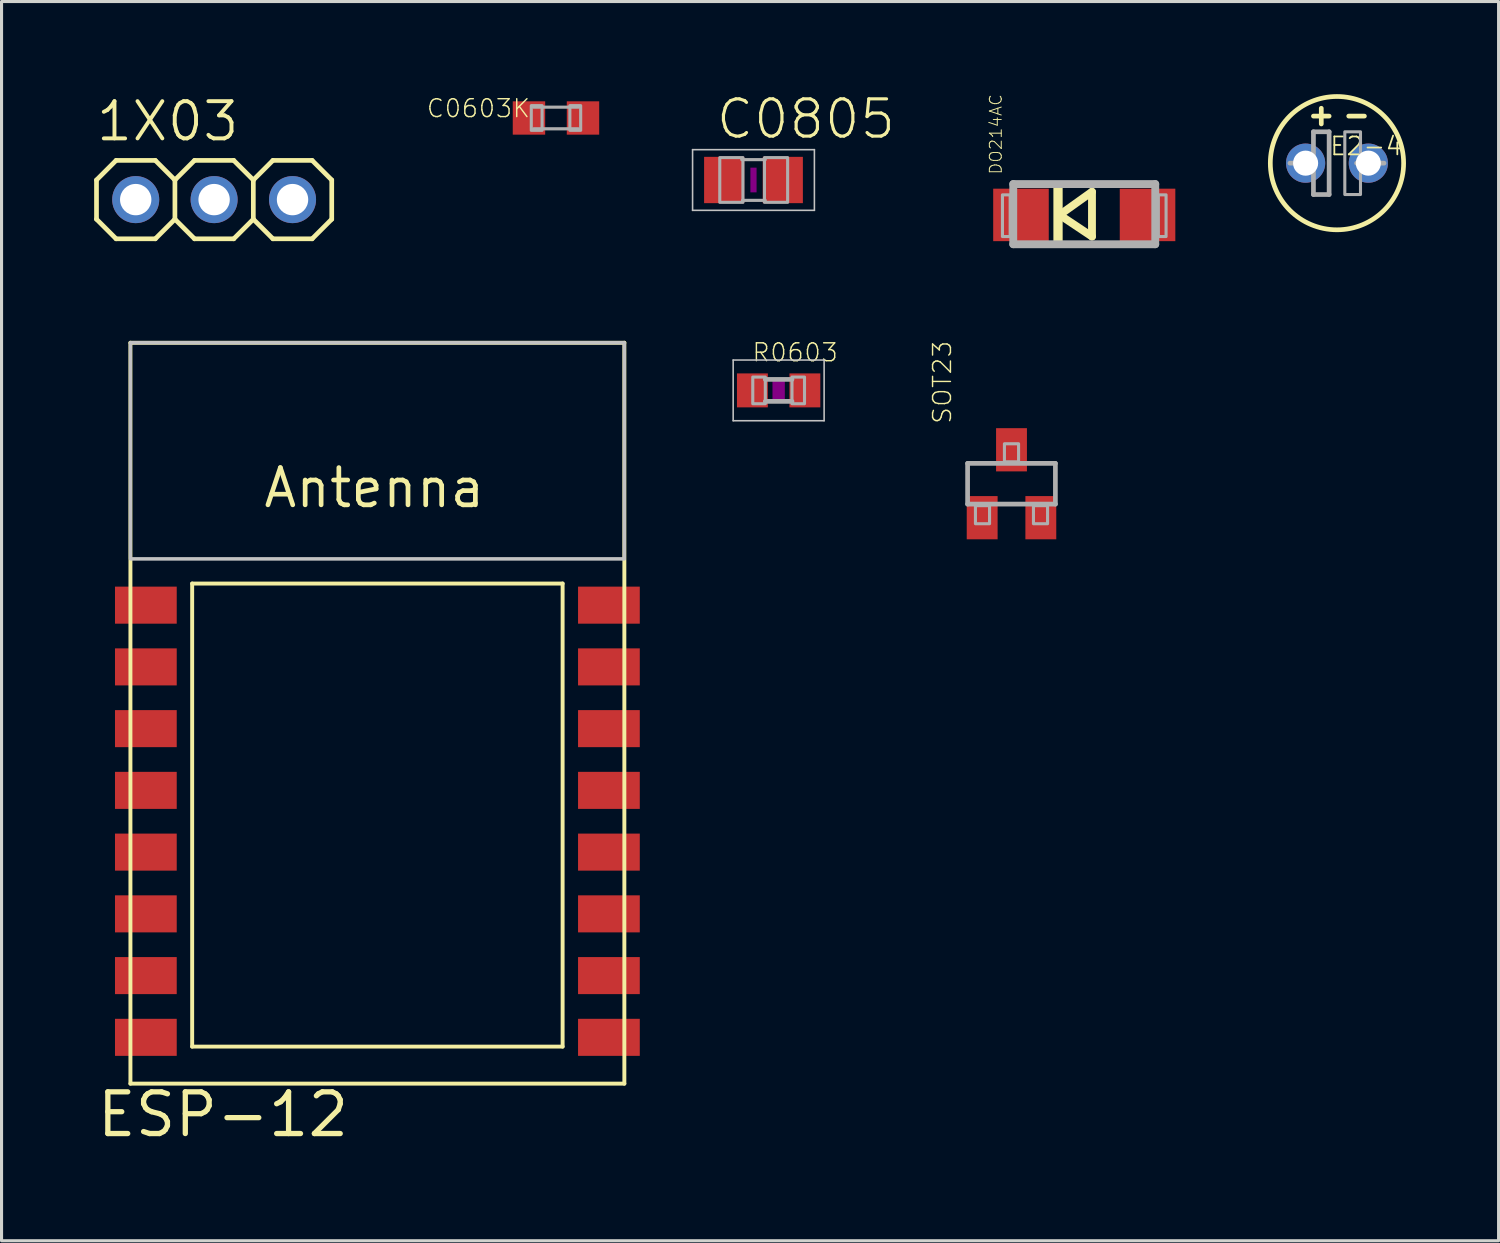
<source format=kicad_pcb>
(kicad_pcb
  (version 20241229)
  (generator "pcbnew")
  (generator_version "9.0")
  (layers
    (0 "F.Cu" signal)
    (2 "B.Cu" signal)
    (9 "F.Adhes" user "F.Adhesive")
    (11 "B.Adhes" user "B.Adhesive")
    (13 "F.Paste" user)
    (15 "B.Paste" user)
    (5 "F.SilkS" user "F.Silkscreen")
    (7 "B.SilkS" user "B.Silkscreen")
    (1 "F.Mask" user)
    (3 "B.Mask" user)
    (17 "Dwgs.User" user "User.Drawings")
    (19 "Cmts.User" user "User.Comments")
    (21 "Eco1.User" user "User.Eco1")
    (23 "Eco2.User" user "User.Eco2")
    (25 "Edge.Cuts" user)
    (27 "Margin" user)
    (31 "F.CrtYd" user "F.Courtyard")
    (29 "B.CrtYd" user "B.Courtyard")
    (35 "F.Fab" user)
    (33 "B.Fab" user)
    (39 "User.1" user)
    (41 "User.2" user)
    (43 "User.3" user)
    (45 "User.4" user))
  (footprint "C0603K"
    (layer "F.Cu")
    (at 14.96 0.772)
    (property "Reference" "C0603K" (at -0.8 -0.65 180) (layer "F.SilkS") (effects (font (size 0.579 0.579) (thickness 0.046)) (justify right top)))
    (attr through_hole)
    (fp_line (start -0.725 -0.35) (end 0.725 -0.35) (stroke (width 0.102) (type solid)) (layer "F.Fab"))
    (fp_line (start 0.725 0.35) (end -0.725 0.35) (stroke (width 0.102) (type solid)) (layer "F.Fab"))
    (fp_poly (pts (xy -0.8 0.4) (xy -0.45 0.4) (xy -0.45 -0.4) (xy -0.8 -0.4)) (stroke (width 0.1) (type solid)) (fill no) (layer "F.Fab"))
    (fp_poly (pts (xy 0.45 0.4) (xy 0.8 0.4) (xy 0.8 -0.4) (xy 0.45 -0.4)) (stroke (width 0.1) (type solid)) (fill no) (layer "F.Fab"))
    (pad "1" smd rect (at -0.875 0) (size 1.05 1.08) (layers "F.Cu" "F.Mask" "F.Paste"))
    (pad "2" smd rect (at 0.875 0) (size 1.05 1.08) (layers "F.Cu" "F.Mask" "F.Paste")))
  (footprint "E2-4"
    (layer "F.Cu")
    (at 40.259 2.235)
    (property "Reference" "E2-4" (at 2.159 -0.889 0) (layer "F.SilkS") (effects (font (size 0.579 0.579) (thickness 0.058)) (justify right top)))
    (attr through_hole)
    (fp_line (start -0.762 -1.524) (end -0.254 -1.524) (stroke (width 0.152) (type solid)) (layer "F.SilkS"))
    (fp_line (start -0.508 -1.27) (end -0.508 -1.778) (stroke (width 0.152) (type solid)) (layer "F.SilkS"))
    (fp_line (start 0.381 -1.524) (end 0.889 -1.524) (stroke (width 0.152) (type solid)) (layer "F.SilkS"))
    (fp_circle (center 0 0) (end 2.159 0) (stroke (width 0.152) (type solid)) (fill no) (layer "F.SilkS"))
    (fp_line (start -1.524 0) (end -0.762 0) (stroke (width 0.152) (type solid)) (layer "F.Fab"))
    (fp_line (start -0.762 -1.016) (end -0.762 0) (stroke (width 0.152) (type solid)) (layer "F.Fab"))
    (fp_line (start -0.762 0) (end -0.762 1.016) (stroke (width 0.152) (type solid)) (layer "F.Fab"))
    (fp_line (start -0.762 1.016) (end -0.254 1.016) (stroke (width 0.152) (type solid)) (layer "F.Fab"))
    (fp_line (start -0.254 -1.016) (end -0.762 -1.016) (stroke (width 0.152) (type solid)) (layer "F.Fab"))
    (fp_line (start -0.254 1.016) (end -0.254 -1.016) (stroke (width 0.152) (type solid)) (layer "F.Fab"))
    (fp_line (start 0.635 0) (end 1.524 0) (stroke (width 0.152) (type solid)) (layer "F.Fab"))
    (fp_poly (pts (xy 0.254 1.016) (xy 0.762 1.016) (xy 0.762 -1.016) (xy 0.254 -1.016)) (stroke (width 0.1) (type solid)) (fill no) (layer "F.Fab"))
    (pad "+" thru_hole circle (at -1.016 0) (size 1.27 1.27) (drill 0.813) (layers "*.Cu" "*.Mask"))
    (pad "-" thru_hole circle (at 1.016 0) (size 1.27 1.27) (drill 0.813) (layers "*.Cu" "*.Mask")))
  (footprint "C0805"
    (layer "F.Cu")
    (at 21.358 2.781)
    (property "Reference" "C0805" (at -1.27 -1.27 0) (layer "F.SilkS") (effects (font (size 1.206 1.206) (thickness 0.102)) (justify left bottom)))
    (attr through_hole)
    (fp_poly (pts (xy -0.1 0.4) (xy 0.1 0.4) (xy 0.1 -0.4) (xy -0.1 -0.4)) (stroke (width 0) (type solid)) (fill yes) (layer "F.Adhes"))
    (fp_line (start -1.973 -0.983) (end 1.973 -0.983) (stroke (width 0.051) (type solid)) (layer "Dwgs.User"))
    (fp_line (start -1.973 0.983) (end -1.973 -0.983) (stroke (width 0.051) (type solid)) (layer "Dwgs.User"))
    (fp_line (start 1.973 -0.983) (end 1.973 0.983) (stroke (width 0.051) (type solid)) (layer "Dwgs.User"))
    (fp_line (start 1.973 0.983) (end -1.973 0.983) (stroke (width 0.051) (type solid)) (layer "Dwgs.User"))
    (fp_line (start -0.381 -0.66) (end 0.381 -0.66) (stroke (width 0.102) (type solid)) (layer "F.Fab"))
    (fp_line (start -0.356 0.66) (end 0.381 0.66) (stroke (width 0.102) (type solid)) (layer "F.Fab"))
    (fp_poly (pts (xy -1.092 0.724) (xy -0.342 0.724) (xy -0.342 -0.726) (xy -1.092 -0.726)) (stroke (width 0.1) (type solid)) (fill no) (layer "F.Fab"))
    (fp_poly (pts (xy 0.356 0.724) (xy 1.106 0.724) (xy 1.106 -0.726) (xy 0.356 -0.726)) (stroke (width 0.1) (type solid)) (fill no) (layer "F.Fab"))
    (pad "1" smd rect (at -0.95 0) (size 1.3 1.5) (layers "F.Cu" "F.Mask" "F.Paste"))
    (pad "2" smd rect (at 0.95 0) (size 1.3 1.5) (layers "F.Cu" "F.Mask" "F.Paste")))
  (footprint "DO214AC"
    (layer "F.Cu")
    (at 32.073 3.912)
    (property "Reference" "DO214AC" (at -2.64 -1.286 90) (layer "F.SilkS") (effects (font (size 0.386 0.386) (thickness 0.031)) (justify left bottom)))
    (attr through_hole)
    (fp_line (start -0.8 0) (end 0.25 -0.75) (stroke (width 0.254) (type solid)) (layer "F.SilkS"))
    (fp_line (start 0.25 -0.75) (end 0.25 0.7) (stroke (width 0.254) (type solid)) (layer "F.SilkS"))
    (fp_line (start 0.25 0.7) (end -0.8 0) (stroke (width 0.254) (type solid)) (layer "F.SilkS"))
    (fp_poly (pts (xy -1 1.05) (xy -0.7 1.05) (xy -0.7 -1.05) (xy -1 -1.05)) (stroke (width 0) (type solid)) (fill yes) (layer "F.SilkS"))
    (fp_line (start -2.3 -1) (end 2.3 -1) (stroke (width 0.254) (type solid)) (layer "F.Fab"))
    (fp_line (start -2.3 0.95) (end -2.3 -1) (stroke (width 0.254) (type solid)) (layer "F.Fab"))
    (fp_line (start 2.3 -1) (end 2.3 0.95) (stroke (width 0.254) (type solid)) (layer "F.Fab"))
    (fp_line (start 2.3 0.95) (end -2.3 0.95) (stroke (width 0.254) (type solid)) (layer "F.Fab"))
    (fp_poly (pts (xy -2.65 0.7) (xy -2.4 0.7) (xy -2.4 -0.65) (xy -2.65 -0.65)) (stroke (width 0.1) (type solid)) (fill no) (layer "F.Fab"))
    (fp_poly (pts (xy 2.4 0.7) (xy 2.65 0.7) (xy 2.65 -0.65) (xy 2.4 -0.65)) (stroke (width 0.1) (type solid)) (fill no) (layer "F.Fab"))
    (pad "A" smd rect (at 2.05 0) (size 1.8 1.7) (layers "F.Cu" "F.Mask" "F.Paste"))
    (pad "C" smd rect (at -2.05 0) (size 1.8 1.7) (layers "F.Cu" "F.Mask" "F.Paste")))
  (footprint "SOT23"
    (layer "F.Cu")
    (at 29.716 12.62)
    (property "Reference" "SOT23" (at -1.905 -1.905 90) (layer "F.SilkS") (effects (font (size 0.579 0.579) (thickness 0.046)) (justify left bottom)))
    (attr through_hole)
    (fp_line (start -1.422 -0.66) (end 1.422 -0.66) (stroke (width 0.152) (type solid)) (layer "F.Fab"))
    (fp_line (start -1.422 0.66) (end -1.422 -0.66) (stroke (width 0.152) (type solid)) (layer "F.Fab"))
    (fp_line (start 1.422 -0.66) (end 1.422 0.66) (stroke (width 0.152) (type solid)) (layer "F.Fab"))
    (fp_line (start 1.422 0.66) (end -1.422 0.66) (stroke (width 0.152) (type solid)) (layer "F.Fab"))
    (fp_poly (pts (xy -1.168 1.295) (xy -0.711 1.295) (xy -0.711 0.711) (xy -1.168 0.711)) (stroke (width 0.1) (type solid)) (fill no) (layer "F.Fab"))
    (fp_poly (pts (xy -0.229 -0.711) (xy 0.229 -0.711) (xy 0.229 -1.295) (xy -0.229 -1.295)) (stroke (width 0.1) (type solid)) (fill no) (layer "F.Fab"))
    (fp_poly (pts (xy 0.711 1.295) (xy 1.168 1.295) (xy 1.168 0.711) (xy 0.711 0.711)) (stroke (width 0.1) (type solid)) (fill no) (layer "F.Fab"))
    (pad "1" smd rect (at -0.95 1.1) (size 1 1.4) (layers "F.Cu" "F.Mask" "F.Paste"))
    (pad "2" smd rect (at 0.95 1.1) (size 1 1.4) (layers "F.Cu" "F.Mask" "F.Paste"))
    (pad "3" smd rect (at 0 -1.1) (size 1 1.4) (layers "F.Cu" "F.Mask" "F.Paste")))
  (footprint "R0603"
    (layer "F.Cu")
    (at 22.173 9.596)
    (property "Reference" "R0603" (at -0.889 -0.889 0) (layer "F.SilkS") (effects (font (size 0.579 0.579) (thickness 0.046)) (justify left bottom)))
    (attr through_hole)
    (fp_poly (pts (xy -0.2 0.4) (xy 0.2 0.4) (xy 0.2 -0.4) (xy -0.2 -0.4)) (stroke (width 0) (type solid)) (fill yes) (layer "F.Adhes"))
    (fp_line (start -1.473 -0.983) (end 1.473 -0.983) (stroke (width 0.051) (type solid)) (layer "Dwgs.User"))
    (fp_line (start -1.473 0.983) (end -1.473 -0.983) (stroke (width 0.051) (type solid)) (layer "Dwgs.User"))
    (fp_line (start 1.473 -0.983) (end 1.473 0.983) (stroke (width 0.051) (type solid)) (layer "Dwgs.User"))
    (fp_line (start 1.473 0.983) (end -1.473 0.983) (stroke (width 0.051) (type solid)) (layer "Dwgs.User"))
    (fp_line (start -0.432 0.356) (end 0.432 0.356) (stroke (width 0.152) (type solid)) (layer "F.Fab"))
    (fp_line (start 0.432 -0.356) (end -0.432 -0.356) (stroke (width 0.152) (type solid)) (layer "F.Fab"))
    (fp_poly (pts (xy -0.838 0.432) (xy -0.432 0.432) (xy -0.432 -0.432) (xy -0.838 -0.432)) (stroke (width 0.1) (type solid)) (fill no) (layer "F.Fab"))
    (fp_poly (pts (xy 0.432 0.432) (xy 0.838 0.432) (xy 0.838 -0.432) (xy 0.432 -0.432)) (stroke (width 0.1) (type solid)) (fill no) (layer "F.Fab"))
    (pad "1" smd rect (at -0.85 0) (size 1 1.1) (layers "F.Cu" "F.Mask" "F.Paste"))
    (pad "2" smd rect (at 0.85 0) (size 1 1.1) (layers "F.Cu" "F.Mask" "F.Paste")))
  (footprint "1X03"
    (layer "F.Cu")
    (at 3.886 3.416)
    (property "Reference" "1X03" (at -3.886 -1.829 0) (layer "F.SilkS") (effects (font (size 1.206 1.206) (thickness 0.127)) (justify left bottom)))
    (attr through_hole)
    (fp_line (start -3.81 -0.635) (end -3.81 0.635) (stroke (width 0.152) (type solid)) (layer "F.SilkS"))
    (fp_line (start -3.81 0.635) (end -3.175 1.27) (stroke (width 0.152) (type solid)) (layer "F.SilkS"))
    (fp_line (start -3.175 -1.27) (end -3.81 -0.635) (stroke (width 0.152) (type solid)) (layer "F.SilkS"))
    (fp_line (start -3.175 -1.27) (end -1.905 -1.27) (stroke (width 0.152) (type solid)) (layer "F.SilkS"))
    (fp_line (start -1.905 -1.27) (end -1.27 -0.635) (stroke (width 0.152) (type solid)) (layer "F.SilkS"))
    (fp_line (start -1.905 1.27) (end -3.175 1.27) (stroke (width 0.152) (type solid)) (layer "F.SilkS"))
    (fp_line (start -1.27 -0.635) (end -1.27 0.635) (stroke (width 0.152) (type solid)) (layer "F.SilkS"))
    (fp_line (start -1.27 -0.635) (end -0.635 -1.27) (stroke (width 0.152) (type solid)) (layer "F.SilkS"))
    (fp_line (start -1.27 0.635) (end -1.905 1.27) (stroke (width 0.152) (type solid)) (layer "F.SilkS"))
    (fp_line (start -0.635 -1.27) (end 0.635 -1.27) (stroke (width 0.152) (type solid)) (layer "F.SilkS"))
    (fp_line (start -0.635 1.27) (end -1.27 0.635) (stroke (width 0.152) (type solid)) (layer "F.SilkS"))
    (fp_line (start 0.635 -1.27) (end 1.27 -0.635) (stroke (width 0.152) (type solid)) (layer "F.SilkS"))
    (fp_line (start 0.635 1.27) (end -0.635 1.27) (stroke (width 0.152) (type solid)) (layer "F.SilkS"))
    (fp_line (start 1.27 -0.635) (end 1.27 0.635) (stroke (width 0.152) (type solid)) (layer "F.SilkS"))
    (fp_line (start 1.27 -0.635) (end 1.905 -1.27) (stroke (width 0.152) (type solid)) (layer "F.SilkS"))
    (fp_line (start 1.27 0.635) (end 0.635 1.27) (stroke (width 0.152) (type solid)) (layer "F.SilkS"))
    (fp_line (start 1.905 -1.27) (end 3.175 -1.27) (stroke (width 0.152) (type solid)) (layer "F.SilkS"))
    (fp_line (start 1.905 1.27) (end 1.27 0.635) (stroke (width 0.152) (type solid)) (layer "F.SilkS"))
    (fp_line (start 3.175 -1.27) (end 3.81 -0.635) (stroke (width 0.152) (type solid)) (layer "F.SilkS"))
    (fp_line (start 3.175 1.27) (end 1.905 1.27) (stroke (width 0.152) (type solid)) (layer "F.SilkS"))
    (fp_line (start 3.81 -0.635) (end 3.81 0.635) (stroke (width 0.152) (type solid)) (layer "F.SilkS"))
    (fp_line (start 3.81 0.635) (end 3.175 1.27) (stroke (width 0.152) (type solid)) (layer "F.SilkS"))
    (fp_poly (pts (xy -2.794 0.254) (xy -2.286 0.254) (xy -2.286 -0.254) (xy -2.794 -0.254)) (stroke (width 0.1) (type solid)) (fill no) (layer "F.Fab"))
    (fp_poly (pts (xy -0.254 0.254) (xy 0.254 0.254) (xy 0.254 -0.254) (xy -0.254 -0.254)) (stroke (width 0.1) (type solid)) (fill no) (layer "F.Fab"))
    (fp_poly (pts (xy 2.286 0.254) (xy 2.794 0.254) (xy 2.794 -0.254) (xy 2.286 -0.254)) (stroke (width 0.1) (type solid)) (fill no) (layer "F.Fab"))
    (pad "1" thru_hole circle (at -2.54 0 90) (size 1.524 1.524) (drill 1.016) (layers "*.Cu" "*.Mask"))
    (pad "2" thru_hole circle (at 0 0 90) (size 1.524 1.524) (drill 1.016) (layers "*.Cu" "*.Mask"))
    (pad "3" thru_hole circle (at 2.54 0 90) (size 1.524 1.524) (drill 1.016) (layers "*.Cu" "*.Mask")))
  (footprint "ESP-12"
    (layer "F.Cu")
    (at 9.175 21.053)
    (property "Reference" "ESP-12" (at -5 12 0) (layer "F.SilkS") (effects (font (size 1.351 1.351) (thickness 0.171))))
    (attr through_hole)
    (fp_line (start -8 -13) (end 8 -13) (stroke (width 0.127) (type solid)) (layer "F.SilkS"))
    (fp_line (start -8 11) (end -8 -13) (stroke (width 0.127) (type solid)) (layer "F.SilkS"))
    (fp_line (start -6 -5.2) (end 6 -5.2) (stroke (width 0.127) (type solid)) (layer "F.SilkS"))
    (fp_line (start -6 9.8) (end -6 -5.2) (stroke (width 0.127) (type solid)) (layer "F.SilkS"))
    (fp_line (start 6 -5.2) (end 6 9.8) (stroke (width 0.127) (type solid)) (layer "F.SilkS"))
    (fp_line (start 6 9.8) (end -6 9.8) (stroke (width 0.127) (type solid)) (layer "F.SilkS"))
    (fp_line (start 8 -13) (end 8 11) (stroke (width 0.127) (type solid)) (layer "F.SilkS"))
    (fp_line (start 8 11) (end -8 11) (stroke (width 0.127) (type solid)) (layer "F.SilkS"))
    (fp_poly (pts (xy -8 -6) (xy 8 -6) (xy 8 -13) (xy -8 -13)) (stroke (width 0.1) (type solid)) (fill no) (layer "Dwgs.User"))
    (fp_poly (pts (xy -8 -6) (xy 8 -6) (xy 8 -13) (xy -8 -13)) (stroke (width 0.1) (type solid)) (fill no) (layer "Dwgs.User"))
    (fp_text user "Antenna" (at -0.1 -8.3 0) (layer "F.SilkS") (effects (font (size 1.206 1.206) (thickness 0.152))))
    (pad "1" smd rect (at -7.5 -4.5) (size 2 1.2) (layers "F.Cu" "F.Mask" "F.Paste"))
    (pad "2" smd rect (at -7.5 -2.5) (size 2 1.2) (layers "F.Cu" "F.Mask" "F.Paste"))
    (pad "3" smd rect (at -7.5 -0.5) (size 2 1.2) (layers "F.Cu" "F.Mask" "F.Paste"))
    (pad "4" smd rect (at -7.5 1.5) (size 2 1.2) (layers "F.Cu" "F.Mask" "F.Paste"))
    (pad "5" smd rect (at -7.5 3.5) (size 2 1.2) (layers "F.Cu" "F.Mask" "F.Paste"))
    (pad "6" smd rect (at -7.5 5.5) (size 2 1.2) (layers "F.Cu" "F.Mask" "F.Paste"))
    (pad "7" smd rect (at -7.5 7.5) (size 2 1.2) (layers "F.Cu" "F.Mask" "F.Paste"))
    (pad "8" smd rect (at -7.5 9.5) (size 2 1.2) (layers "F.Cu" "F.Mask" "F.Paste"))
    (pad "9" smd rect (at 7.5 9.5) (size 2 1.2) (layers "F.Cu" "F.Mask" "F.Paste"))
    (pad "10" smd rect (at 7.5 7.5) (size 2 1.2) (layers "F.Cu" "F.Mask" "F.Paste"))
    (pad "11" smd rect (at 7.5 5.5) (size 2 1.2) (layers "F.Cu" "F.Mask" "F.Paste"))
    (pad "12" smd rect (at 7.5 3.5) (size 2 1.2) (layers "F.Cu" "F.Mask" "F.Paste"))
    (pad "13" smd rect (at 7.5 1.5) (size 2 1.2) (layers "F.Cu" "F.Mask" "F.Paste"))
    (pad "14" smd rect (at 7.5 -0.5) (size 2 1.2) (layers "F.Cu" "F.Mask" "F.Paste"))
    (pad "15" smd rect (at 7.5 -2.5) (size 2 1.2) (layers "F.Cu" "F.Mask" "F.Paste"))
    (pad "16" smd rect (at 7.5 -4.5) (size 2 1.2) (layers "F.Cu" "F.Mask" "F.Paste")))
  (gr_rect
    (start -3 -3)
    (end 45.494 37.143)
    (stroke (width 0.1) (type default))
    (fill no)
    (layer "Edge.Cuts")))
</source>
